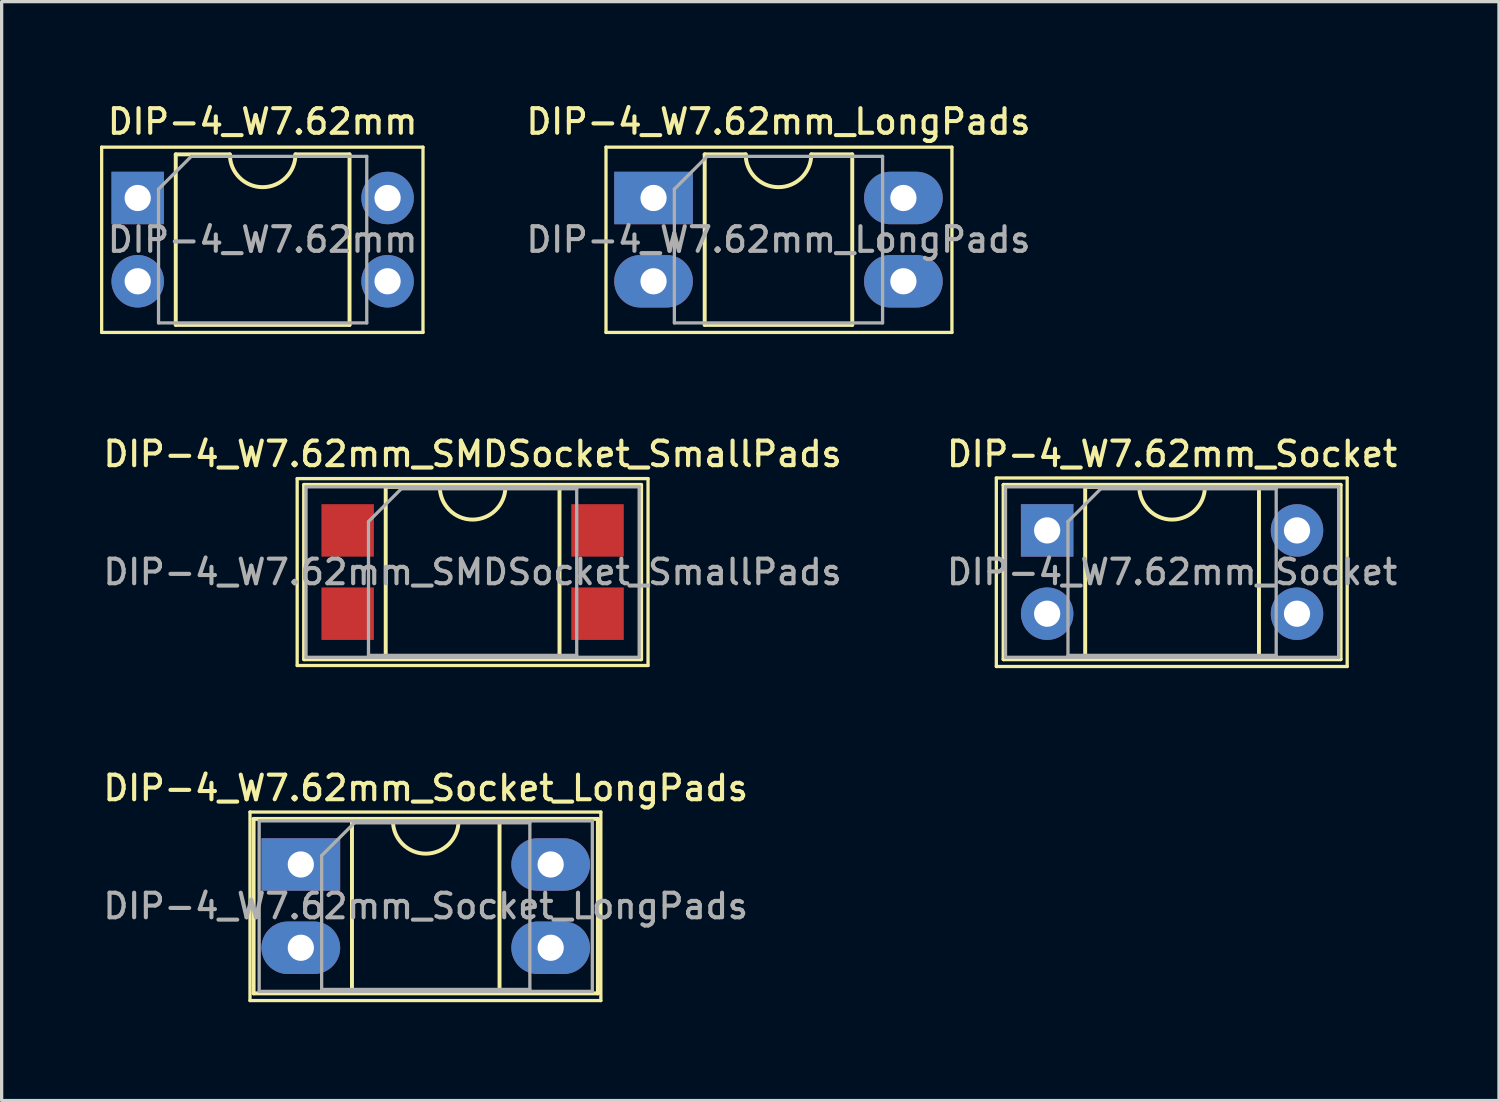
<source format=kicad_pcb>
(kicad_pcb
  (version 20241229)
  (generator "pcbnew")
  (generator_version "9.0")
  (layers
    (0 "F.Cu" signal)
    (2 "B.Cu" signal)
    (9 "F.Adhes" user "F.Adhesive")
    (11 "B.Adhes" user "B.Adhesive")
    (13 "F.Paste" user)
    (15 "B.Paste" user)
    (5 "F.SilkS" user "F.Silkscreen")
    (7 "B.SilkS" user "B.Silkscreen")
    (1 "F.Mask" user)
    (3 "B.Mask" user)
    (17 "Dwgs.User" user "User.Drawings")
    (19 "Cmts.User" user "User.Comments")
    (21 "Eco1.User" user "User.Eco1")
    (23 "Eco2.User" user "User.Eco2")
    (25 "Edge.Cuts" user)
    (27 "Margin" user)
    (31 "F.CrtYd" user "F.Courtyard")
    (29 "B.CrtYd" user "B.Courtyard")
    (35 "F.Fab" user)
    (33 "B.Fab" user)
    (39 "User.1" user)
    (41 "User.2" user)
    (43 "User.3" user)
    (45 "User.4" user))
  (footprint "DIP-4_W7.62mm_SMDSocket_SmallPads"
    (layer "F.Cu")
    (at 11.363 14.396)
    (property "Reference" "DIP-4_W7.62mm_SMDSocket_SmallPads" (at 0 -3.6 0) (layer "F.SilkS") (effects (font (size 0.75 0.75) (thickness 0.125))))
    (attr smd)
    (fp_line (start -5.35 -2.85) (end -5.35 2.85) (stroke (width 0.1) (type solid)) (layer "F.SilkS"))
    (fp_line (start -5.35 2.85) (end 5.35 2.85) (stroke (width 0.1) (type solid)) (layer "F.SilkS"))
    (fp_line (start -5.14 -2.66) (end -5.14 2.66) (stroke (width 0.12) (type solid)) (layer "F.SilkS"))
    (fp_line (start -5.14 2.66) (end 5.14 2.66) (stroke (width 0.12) (type solid)) (layer "F.SilkS"))
    (fp_line (start -2.65 -2.6) (end -2.65 2.6) (stroke (width 0.12) (type solid)) (layer "F.SilkS"))
    (fp_line (start -2.65 2.6) (end 2.65 2.6) (stroke (width 0.12) (type solid)) (layer "F.SilkS"))
    (fp_line (start -1 -2.6) (end -2.65 -2.6) (stroke (width 0.12) (type solid)) (layer "F.SilkS"))
    (fp_line (start 2.65 -2.6) (end 1 -2.6) (stroke (width 0.12) (type solid)) (layer "F.SilkS"))
    (fp_line (start 2.65 2.6) (end 2.65 -2.6) (stroke (width 0.12) (type solid)) (layer "F.SilkS"))
    (fp_line (start 5.14 -2.66) (end -5.14 -2.66) (stroke (width 0.12) (type solid)) (layer "F.SilkS"))
    (fp_line (start 5.14 2.66) (end 5.14 -2.66) (stroke (width 0.12) (type solid)) (layer "F.SilkS"))
    (fp_line (start 5.35 -2.85) (end -5.35 -2.85) (stroke (width 0.1) (type solid)) (layer "F.SilkS"))
    (fp_line (start 5.35 2.85) (end 5.35 -2.85) (stroke (width 0.1) (type solid)) (layer "F.SilkS"))
    (fp_arc (start 1 -2.6) (mid 0 -1.6) (end -1 -2.6) (stroke (width 0.12) (type solid)) (layer "F.SilkS"))
    (fp_line (start -5.08 -2.6) (end -5.08 2.6) (stroke (width 0.1) (type solid)) (layer "F.Fab"))
    (fp_line (start -5.08 2.6) (end 5.08 2.6) (stroke (width 0.1) (type solid)) (layer "F.Fab"))
    (fp_line (start -3.175 -1.54) (end -2.175 -2.54) (stroke (width 0.1) (type solid)) (layer "F.Fab"))
    (fp_line (start -3.175 2.54) (end -3.175 -1.54) (stroke (width 0.1) (type solid)) (layer "F.Fab"))
    (fp_line (start -2.175 -2.54) (end 3.175 -2.54) (stroke (width 0.1) (type solid)) (layer "F.Fab"))
    (fp_line (start 3.175 -2.54) (end 3.175 2.54) (stroke (width 0.1) (type solid)) (layer "F.Fab"))
    (fp_line (start 3.175 2.54) (end -3.175 2.54) (stroke (width 0.1) (type solid)) (layer "F.Fab"))
    (fp_line (start 5.08 -2.6) (end -5.08 -2.6) (stroke (width 0.1) (type solid)) (layer "F.Fab"))
    (fp_line (start 5.08 2.6) (end 5.08 -2.6) (stroke (width 0.1) (type solid)) (layer "F.Fab"))
    (fp_text user "${REFERENCE}" (at 0 0 0) (layer "F.Fab") (effects (font (size 0.75 0.75) (thickness 0.125))))
    (pad "1" smd rect (at -3.81 -1.27) (size 1.6 1.6) (layers "F.Cu" "F.Mask" "F.Paste"))
    (pad "2" smd rect (at -3.81 1.27) (size 1.6 1.6) (layers "F.Cu" "F.Mask" "F.Paste"))
    (pad "3" smd rect (at 3.81 1.27) (size 1.6 1.6) (layers "F.Cu" "F.Mask" "F.Paste"))
    (pad "4" smd rect (at 3.81 -1.27) (size 1.6 1.6) (layers "F.Cu" "F.Mask" "F.Paste")))
  (footprint "DIP-4_W7.62mm_Socket_LongPads"
    (layer "F.Cu")
    (at 6.124 23.314)
    (property "Reference" "DIP-4_W7.62mm_Socket_LongPads" (at 3.81 -2.33 0) (layer "F.SilkS") (effects (font (size 0.75 0.75) (thickness 0.125))))
    (attr through_hole)
    (fp_line (start -1.55 -1.6) (end -1.55 4.15) (stroke (width 0.1) (type solid)) (layer "F.SilkS"))
    (fp_line (start -1.55 4.15) (end 9.15 4.15) (stroke (width 0.1) (type solid)) (layer "F.SilkS"))
    (fp_line (start -1.44 -1.39) (end -1.44 3.93) (stroke (width 0.12) (type solid)) (layer "F.SilkS"))
    (fp_line (start -1.44 3.93) (end 9.06 3.93) (stroke (width 0.12) (type solid)) (layer "F.SilkS"))
    (fp_line (start 1.56 -1.33) (end 1.56 3.87) (stroke (width 0.12) (type solid)) (layer "F.SilkS"))
    (fp_line (start 1.56 3.87) (end 6.06 3.87) (stroke (width 0.12) (type solid)) (layer "F.SilkS"))
    (fp_line (start 2.81 -1.33) (end 1.56 -1.33) (stroke (width 0.12) (type solid)) (layer "F.SilkS"))
    (fp_line (start 6.06 -1.33) (end 4.81 -1.33) (stroke (width 0.12) (type solid)) (layer "F.SilkS"))
    (fp_line (start 6.06 3.87) (end 6.06 -1.33) (stroke (width 0.12) (type solid)) (layer "F.SilkS"))
    (fp_line (start 9.06 -1.39) (end -1.44 -1.39) (stroke (width 0.12) (type solid)) (layer "F.SilkS"))
    (fp_line (start 9.06 3.93) (end 9.06 -1.39) (stroke (width 0.12) (type solid)) (layer "F.SilkS"))
    (fp_line (start 9.15 -1.6) (end -1.55 -1.6) (stroke (width 0.1) (type solid)) (layer "F.SilkS"))
    (fp_line (start 9.15 4.15) (end 9.15 -1.6) (stroke (width 0.1) (type solid)) (layer "F.SilkS"))
    (fp_arc (start 4.81 -1.33) (mid 3.81 -0.33) (end 2.81 -1.33) (stroke (width 0.12) (type solid)) (layer "F.SilkS"))
    (fp_line (start -1.27 -1.33) (end -1.27 3.87) (stroke (width 0.1) (type solid)) (layer "F.Fab"))
    (fp_line (start -1.27 3.87) (end 8.89 3.87) (stroke (width 0.1) (type solid)) (layer "F.Fab"))
    (fp_line (start 0.635 -0.27) (end 1.635 -1.27) (stroke (width 0.1) (type solid)) (layer "F.Fab"))
    (fp_line (start 0.635 3.81) (end 0.635 -0.27) (stroke (width 0.1) (type solid)) (layer "F.Fab"))
    (fp_line (start 1.635 -1.27) (end 6.985 -1.27) (stroke (width 0.1) (type solid)) (layer "F.Fab"))
    (fp_line (start 6.985 -1.27) (end 6.985 3.81) (stroke (width 0.1) (type solid)) (layer "F.Fab"))
    (fp_line (start 6.985 3.81) (end 0.635 3.81) (stroke (width 0.1) (type solid)) (layer "F.Fab"))
    (fp_line (start 8.89 -1.33) (end -1.27 -1.33) (stroke (width 0.1) (type solid)) (layer "F.Fab"))
    (fp_line (start 8.89 3.87) (end 8.89 -1.33) (stroke (width 0.1) (type solid)) (layer "F.Fab"))
    (fp_text user "${REFERENCE}" (at 3.81 1.27 0) (layer "F.Fab") (effects (font (size 0.75 0.75) (thickness 0.125))))
    (pad "1" thru_hole rect (at 0 0) (size 2.4 1.6) (drill 0.8) (layers "*.Cu" "*.Mask"))
    (pad "2" thru_hole oval (at 0 2.54) (size 2.4 1.6) (drill 0.8) (layers "*.Cu" "*.Mask"))
    (pad "3" thru_hole oval (at 7.62 2.54) (size 2.4 1.6) (drill 0.8) (layers "*.Cu" "*.Mask"))
    (pad "4" thru_hole oval (at 7.62 0) (size 2.4 1.6) (drill 0.8) (layers "*.Cu" "*.Mask")))
  (footprint "DIP-4_W7.62mm"
    (layer "F.Cu")
    (at 1.15 2.988)
    (property "Reference" "DIP-4_W7.62mm" (at 3.81 -2.33 0) (layer "F.SilkS") (effects (font (size 0.75 0.75) (thickness 0.125))))
    (attr through_hole)
    (fp_line (start -1.1 -1.55) (end -1.1 4.1) (stroke (width 0.1) (type solid)) (layer "F.SilkS"))
    (fp_line (start -1.1 4.1) (end 8.7 4.1) (stroke (width 0.1) (type solid)) (layer "F.SilkS"))
    (fp_line (start 1.16 -1.33) (end 1.16 3.87) (stroke (width 0.12) (type solid)) (layer "F.SilkS"))
    (fp_line (start 1.16 3.87) (end 6.46 3.87) (stroke (width 0.12) (type solid)) (layer "F.SilkS"))
    (fp_line (start 2.81 -1.33) (end 1.16 -1.33) (stroke (width 0.12) (type solid)) (layer "F.SilkS"))
    (fp_line (start 6.46 -1.33) (end 4.81 -1.33) (stroke (width 0.12) (type solid)) (layer "F.SilkS"))
    (fp_line (start 6.46 3.87) (end 6.46 -1.33) (stroke (width 0.12) (type solid)) (layer "F.SilkS"))
    (fp_line (start 8.7 -1.55) (end -1.1 -1.55) (stroke (width 0.1) (type solid)) (layer "F.SilkS"))
    (fp_line (start 8.7 4.1) (end 8.7 -1.55) (stroke (width 0.1) (type solid)) (layer "F.SilkS"))
    (fp_arc (start 4.81 -1.33) (mid 3.81 -0.33) (end 2.81 -1.33) (stroke (width 0.12) (type solid)) (layer "F.SilkS"))
    (fp_line (start 0.635 -0.27) (end 1.635 -1.27) (stroke (width 0.1) (type solid)) (layer "F.Fab"))
    (fp_line (start 0.635 3.81) (end 0.635 -0.27) (stroke (width 0.1) (type solid)) (layer "F.Fab"))
    (fp_line (start 1.635 -1.27) (end 6.985 -1.27) (stroke (width 0.1) (type solid)) (layer "F.Fab"))
    (fp_line (start 6.985 -1.27) (end 6.985 3.81) (stroke (width 0.1) (type solid)) (layer "F.Fab"))
    (fp_line (start 6.985 3.81) (end 0.635 3.81) (stroke (width 0.1) (type solid)) (layer "F.Fab"))
    (fp_text user "${REFERENCE}" (at 3.81 1.27 0) (layer "F.Fab") (effects (font (size 0.75 0.75) (thickness 0.125))))
    (pad "1" thru_hole rect (at 0 0) (size 1.6 1.6) (drill 0.8) (layers "*.Cu" "*.Mask"))
    (pad "2" thru_hole oval (at 0 2.54) (size 1.6 1.6) (drill 0.8) (layers "*.Cu" "*.Mask"))
    (pad "3" thru_hole oval (at 7.62 2.54) (size 1.6 1.6) (drill 0.8) (layers "*.Cu" "*.Mask"))
    (pad "4" thru_hole oval (at 7.62 0) (size 1.6 1.6) (drill 0.8) (layers "*.Cu" "*.Mask")))
  (footprint "DIP-4_W7.62mm_Socket"
    (layer "F.Cu")
    (at 28.885 13.126)
    (property "Reference" "DIP-4_W7.62mm_Socket" (at 3.81 -2.33 0) (layer "F.SilkS") (effects (font (size 0.75 0.75) (thickness 0.125))))
    (attr through_hole)
    (fp_line (start -1.55 -1.6) (end -1.55 4.15) (stroke (width 0.1) (type solid)) (layer "F.SilkS"))
    (fp_line (start -1.55 4.15) (end 9.15 4.15) (stroke (width 0.1) (type solid)) (layer "F.SilkS"))
    (fp_line (start -1.33 -1.39) (end -1.33 3.93) (stroke (width 0.12) (type solid)) (layer "F.SilkS"))
    (fp_line (start -1.33 3.93) (end 8.95 3.93) (stroke (width 0.12) (type solid)) (layer "F.SilkS"))
    (fp_line (start 1.16 -1.33) (end 1.16 3.87) (stroke (width 0.12) (type solid)) (layer "F.SilkS"))
    (fp_line (start 1.16 3.87) (end 6.46 3.87) (stroke (width 0.12) (type solid)) (layer "F.SilkS"))
    (fp_line (start 2.81 -1.33) (end 1.16 -1.33) (stroke (width 0.12) (type solid)) (layer "F.SilkS"))
    (fp_line (start 6.46 -1.33) (end 4.81 -1.33) (stroke (width 0.12) (type solid)) (layer "F.SilkS"))
    (fp_line (start 6.46 3.87) (end 6.46 -1.33) (stroke (width 0.12) (type solid)) (layer "F.SilkS"))
    (fp_line (start 8.95 -1.39) (end -1.33 -1.39) (stroke (width 0.12) (type solid)) (layer "F.SilkS"))
    (fp_line (start 8.95 3.93) (end 8.95 -1.39) (stroke (width 0.12) (type solid)) (layer "F.SilkS"))
    (fp_line (start 9.15 -1.6) (end -1.55 -1.6) (stroke (width 0.1) (type solid)) (layer "F.SilkS"))
    (fp_line (start 9.15 4.15) (end 9.15 -1.6) (stroke (width 0.1) (type solid)) (layer "F.SilkS"))
    (fp_arc (start 4.81 -1.33) (mid 3.81 -0.33) (end 2.81 -1.33) (stroke (width 0.12) (type solid)) (layer "F.SilkS"))
    (fp_line (start -1.27 -1.33) (end -1.27 3.87) (stroke (width 0.1) (type solid)) (layer "F.Fab"))
    (fp_line (start -1.27 3.87) (end 8.89 3.87) (stroke (width 0.1) (type solid)) (layer "F.Fab"))
    (fp_line (start 0.635 -0.27) (end 1.635 -1.27) (stroke (width 0.1) (type solid)) (layer "F.Fab"))
    (fp_line (start 0.635 3.81) (end 0.635 -0.27) (stroke (width 0.1) (type solid)) (layer "F.Fab"))
    (fp_line (start 1.635 -1.27) (end 6.985 -1.27) (stroke (width 0.1) (type solid)) (layer "F.Fab"))
    (fp_line (start 6.985 -1.27) (end 6.985 3.81) (stroke (width 0.1) (type solid)) (layer "F.Fab"))
    (fp_line (start 6.985 3.81) (end 0.635 3.81) (stroke (width 0.1) (type solid)) (layer "F.Fab"))
    (fp_line (start 8.89 -1.33) (end -1.27 -1.33) (stroke (width 0.1) (type solid)) (layer "F.Fab"))
    (fp_line (start 8.89 3.87) (end 8.89 -1.33) (stroke (width 0.1) (type solid)) (layer "F.Fab"))
    (fp_text user "${REFERENCE}" (at 3.81 1.27 0) (layer "F.Fab") (effects (font (size 0.75 0.75) (thickness 0.125))))
    (pad "1" thru_hole rect (at 0 0) (size 1.6 1.6) (drill 0.8) (layers "*.Cu" "*.Mask"))
    (pad "2" thru_hole oval (at 0 2.54) (size 1.6 1.6) (drill 0.8) (layers "*.Cu" "*.Mask"))
    (pad "3" thru_hole oval (at 7.62 2.54) (size 1.6 1.6) (drill 0.8) (layers "*.Cu" "*.Mask"))
    (pad "4" thru_hole oval (at 7.62 0) (size 1.6 1.6) (drill 0.8) (layers "*.Cu" "*.Mask")))
  (footprint "DIP-4_W7.62mm_LongPads"
    (layer "F.Cu")
    (at 16.881 2.988)
    (property "Reference" "DIP-4_W7.62mm_LongPads" (at 3.81 -2.33 0) (layer "F.SilkS") (effects (font (size 0.75 0.75) (thickness 0.125))))
    (attr through_hole)
    (fp_line (start -1.45 -1.55) (end -1.45 4.1) (stroke (width 0.1) (type solid)) (layer "F.SilkS"))
    (fp_line (start -1.45 4.1) (end 9.1 4.1) (stroke (width 0.1) (type solid)) (layer "F.SilkS"))
    (fp_line (start 1.56 -1.33) (end 1.56 3.87) (stroke (width 0.12) (type solid)) (layer "F.SilkS"))
    (fp_line (start 1.56 3.87) (end 6.06 3.87) (stroke (width 0.12) (type solid)) (layer "F.SilkS"))
    (fp_line (start 2.81 -1.33) (end 1.56 -1.33) (stroke (width 0.12) (type solid)) (layer "F.SilkS"))
    (fp_line (start 6.06 -1.33) (end 4.81 -1.33) (stroke (width 0.12) (type solid)) (layer "F.SilkS"))
    (fp_line (start 6.06 3.87) (end 6.06 -1.33) (stroke (width 0.12) (type solid)) (layer "F.SilkS"))
    (fp_line (start 9.1 -1.55) (end -1.45 -1.55) (stroke (width 0.1) (type solid)) (layer "F.SilkS"))
    (fp_line (start 9.1 4.1) (end 9.1 -1.55) (stroke (width 0.1) (type solid)) (layer "F.SilkS"))
    (fp_arc (start 4.81 -1.33) (mid 3.81 -0.33) (end 2.81 -1.33) (stroke (width 0.12) (type solid)) (layer "F.SilkS"))
    (fp_line (start 0.635 -0.27) (end 1.635 -1.27) (stroke (width 0.1) (type solid)) (layer "F.Fab"))
    (fp_line (start 0.635 3.81) (end 0.635 -0.27) (stroke (width 0.1) (type solid)) (layer "F.Fab"))
    (fp_line (start 1.635 -1.27) (end 6.985 -1.27) (stroke (width 0.1) (type solid)) (layer "F.Fab"))
    (fp_line (start 6.985 -1.27) (end 6.985 3.81) (stroke (width 0.1) (type solid)) (layer "F.Fab"))
    (fp_line (start 6.985 3.81) (end 0.635 3.81) (stroke (width 0.1) (type solid)) (layer "F.Fab"))
    (fp_text user "${REFERENCE}" (at 3.81 1.27 0) (layer "F.Fab") (effects (font (size 0.75 0.75) (thickness 0.125))))
    (pad "1" thru_hole rect (at 0 0) (size 2.4 1.6) (drill 0.8) (layers "*.Cu" "*.Mask"))
    (pad "2" thru_hole oval (at 0 2.54) (size 2.4 1.6) (drill 0.8) (layers "*.Cu" "*.Mask"))
    (pad "3" thru_hole oval (at 7.62 2.54) (size 2.4 1.6) (drill 0.8) (layers "*.Cu" "*.Mask"))
    (pad "4" thru_hole oval (at 7.62 0) (size 2.4 1.6) (drill 0.8) (layers "*.Cu" "*.Mask")))
  (gr_rect
    (start -3 -3)
    (end 42.664 30.514)
    (stroke (width 0.1) (type default))
    (fill no)
    (layer "Edge.Cuts")))
</source>
